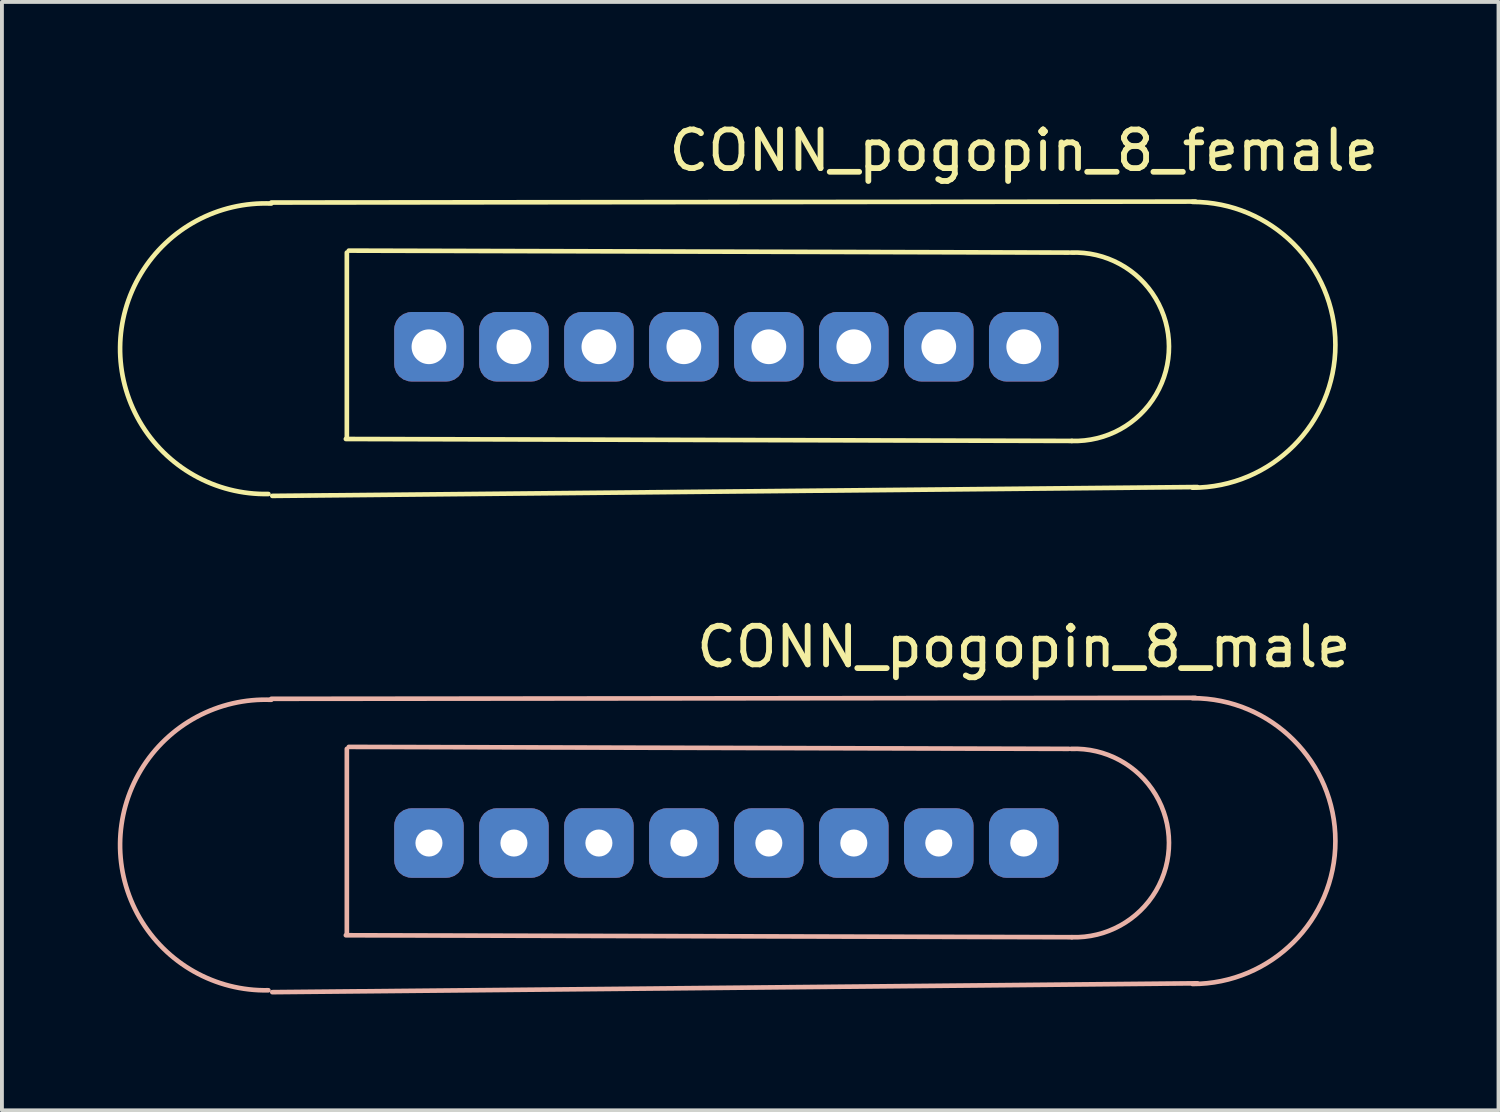
<source format=kicad_pcb>
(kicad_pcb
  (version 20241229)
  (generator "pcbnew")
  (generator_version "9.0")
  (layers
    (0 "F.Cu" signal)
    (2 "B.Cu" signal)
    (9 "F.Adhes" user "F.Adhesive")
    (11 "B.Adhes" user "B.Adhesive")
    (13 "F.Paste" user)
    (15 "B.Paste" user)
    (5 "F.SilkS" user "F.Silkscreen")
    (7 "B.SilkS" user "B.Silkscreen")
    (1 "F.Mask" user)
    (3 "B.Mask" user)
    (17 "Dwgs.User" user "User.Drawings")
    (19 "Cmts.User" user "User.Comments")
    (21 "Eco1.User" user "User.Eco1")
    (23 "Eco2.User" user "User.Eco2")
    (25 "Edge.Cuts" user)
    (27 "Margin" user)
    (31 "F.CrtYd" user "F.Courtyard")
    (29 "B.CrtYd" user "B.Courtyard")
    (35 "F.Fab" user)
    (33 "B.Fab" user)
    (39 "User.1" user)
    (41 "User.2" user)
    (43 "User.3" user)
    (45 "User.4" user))
  (footprint "CONN_pogopin_8_female"
    (layer "F.Cu")
    (at 23.456 5.928)
    (property "Reference" "CONN_pogopin_8_female" (at 0 -5.08 0) (layer "F.SilkS") (effects (font (size 1 1) (thickness 0.15))))
    (attr through_hole)
    (fp_line (start -19.482 -3.734) (end 4.445 -3.759) (stroke (width 0.12) (type solid)) (layer "F.SilkS"))
    (fp_line (start -19.456 3.861) (end 4.496 3.632) (stroke (width 0.12) (type solid)) (layer "F.SilkS"))
    (fp_line (start -17.551 2.388) (end 1.245 2.438) (stroke (width 0.12) (type solid)) (layer "F.SilkS"))
    (fp_line (start -17.526 -2.438) (end -17.526 2.362) (stroke (width 0.12) (type solid)) (layer "F.SilkS"))
    (fp_line (start -17.475 -2.489) (end 1.168 -2.438) (stroke (width 0.12) (type solid)) (layer "F.SilkS"))
    (fp_arc (start -19.556822 3.812292) (mid -23.396301 0.013271) (end -19.4818 -3.7084) (stroke (width 0.12) (type solid)) (layer "F.SilkS"))
    (fp_arc (start 1.22672 -2.437776) (mid 3.760374 -0.008945) (end 1.2446 2.4384) (stroke (width 0.12) (type solid)) (layer "F.SilkS"))
    (fp_arc (start 4.3688 -3.7508) (mid 8.0688 -0.0508) (end 4.3688 3.6492) (stroke (width 0.12) (type solid)) (layer "F.SilkS"))
    (pad "1" thru_hole roundrect (at 0 0) (size 1.8 1.8) (drill 0.9) (layers "*.Cu" "*.Mask") (roundrect_rratio 0.25))
    (pad "2" thru_hole roundrect (at -2.2 0) (size 1.8 1.8) (drill 0.9) (layers "*.Cu" "*.Mask") (roundrect_rratio 0.25))
    (pad "3" thru_hole roundrect (at -4.4 0) (size 1.8 1.8) (drill 0.9) (layers "*.Cu" "*.Mask") (roundrect_rratio 0.25))
    (pad "4" thru_hole roundrect (at -6.6 0 270) (size 1.8 1.8) (drill 0.9) (layers "*.Cu" "*.Mask") (roundrect_rratio 0.25))
    (pad "5" thru_hole roundrect (at -8.8 0) (size 1.8 1.8) (drill 0.9) (layers "*.Cu" "*.Mask") (roundrect_rratio 0.25))
    (pad "6" thru_hole roundrect (at -11 0) (size 1.8 1.8) (drill 0.9) (layers "*.Cu" "*.Mask") (roundrect_rratio 0.25))
    (pad "7" thru_hole roundrect (at -13.2 0) (size 1.8 1.8) (drill 0.9) (layers "*.Cu" "*.Mask") (roundrect_rratio 0.25))
    (pad "8" thru_hole roundrect (at -15.4 0) (size 1.8 1.8) (drill 0.9) (layers "*.Cu" "*.Mask") (roundrect_rratio 0.25)))
  (footprint "CONN_pogopin_8_male"
    (layer "F.Cu")
    (at 23.456 18.777)
    (property "Reference" "CONN_pogopin_8_male" (at 0 -5.08 0) (layer "F.SilkS") (effects (font (size 1 1) (thickness 0.15))))
    (attr through_hole)
    (fp_line (start -19.482 -3.734) (end 4.445 -3.759) (stroke (width 0.12) (type solid)) (layer "B.SilkS"))
    (fp_line (start -19.456 3.861) (end 4.496 3.632) (stroke (width 0.12) (type solid)) (layer "B.SilkS"))
    (fp_line (start -17.551 2.388) (end 1.245 2.438) (stroke (width 0.12) (type solid)) (layer "B.SilkS"))
    (fp_line (start -17.526 -2.438) (end -17.526 2.362) (stroke (width 0.12) (type solid)) (layer "B.SilkS"))
    (fp_line (start -17.475 -2.489) (end 1.168 -2.438) (stroke (width 0.12) (type solid)) (layer "B.SilkS"))
    (fp_arc (start -19.557366 3.812303) (mid -23.396298 0.012999) (end -19.4818 -3.7084) (stroke (width 0.12) (type solid)) (layer "B.SilkS"))
    (fp_arc (start 1.22672 -2.437776) (mid 3.760374 -0.008945) (end 1.2446 2.4384) (stroke (width 0.12) (type solid)) (layer "B.SilkS"))
    (fp_arc (start 4.3688 -3.7508) (mid 8.0688 -0.0508) (end 4.3688 3.6492) (stroke (width 0.12) (type solid)) (layer "B.SilkS"))
    (pad "1" thru_hole roundrect (at 0 0) (size 1.8 1.8) (drill 0.7) (layers "*.Cu" "*.Mask") (roundrect_rratio 0.25))
    (pad "2" thru_hole roundrect (at -2.2 0) (size 1.8 1.8) (drill 0.7) (layers "*.Cu" "*.Mask") (roundrect_rratio 0.25))
    (pad "3" thru_hole roundrect (at -4.4 0) (size 1.8 1.8) (drill 0.7) (layers "*.Cu" "*.Mask") (roundrect_rratio 0.25))
    (pad "4" thru_hole roundrect (at -6.6 0 270) (size 1.8 1.8) (drill 0.7) (layers "*.Cu" "*.Mask") (roundrect_rratio 0.25))
    (pad "5" thru_hole roundrect (at -8.8 0) (size 1.8 1.8) (drill 0.7) (layers "*.Cu" "*.Mask") (roundrect_rratio 0.25))
    (pad "6" thru_hole roundrect (at -11 0) (size 1.8 1.8) (drill 0.7) (layers "*.Cu" "*.Mask") (roundrect_rratio 0.25))
    (pad "7" thru_hole roundrect (at -13.2 0) (size 1.8 1.8) (drill 0.7) (layers "*.Cu" "*.Mask") (roundrect_rratio 0.25))
    (pad "8" thru_hole roundrect (at -15.4 0) (size 1.8 1.8) (drill 0.7) (layers "*.Cu" "*.Mask") (roundrect_rratio 0.25)))
  (gr_rect
    (start -3 -3)
    (end 35.748 25.698)
    (stroke (width 0.1) (type default))
    (fill no)
    (layer "Edge.Cuts")))
</source>
